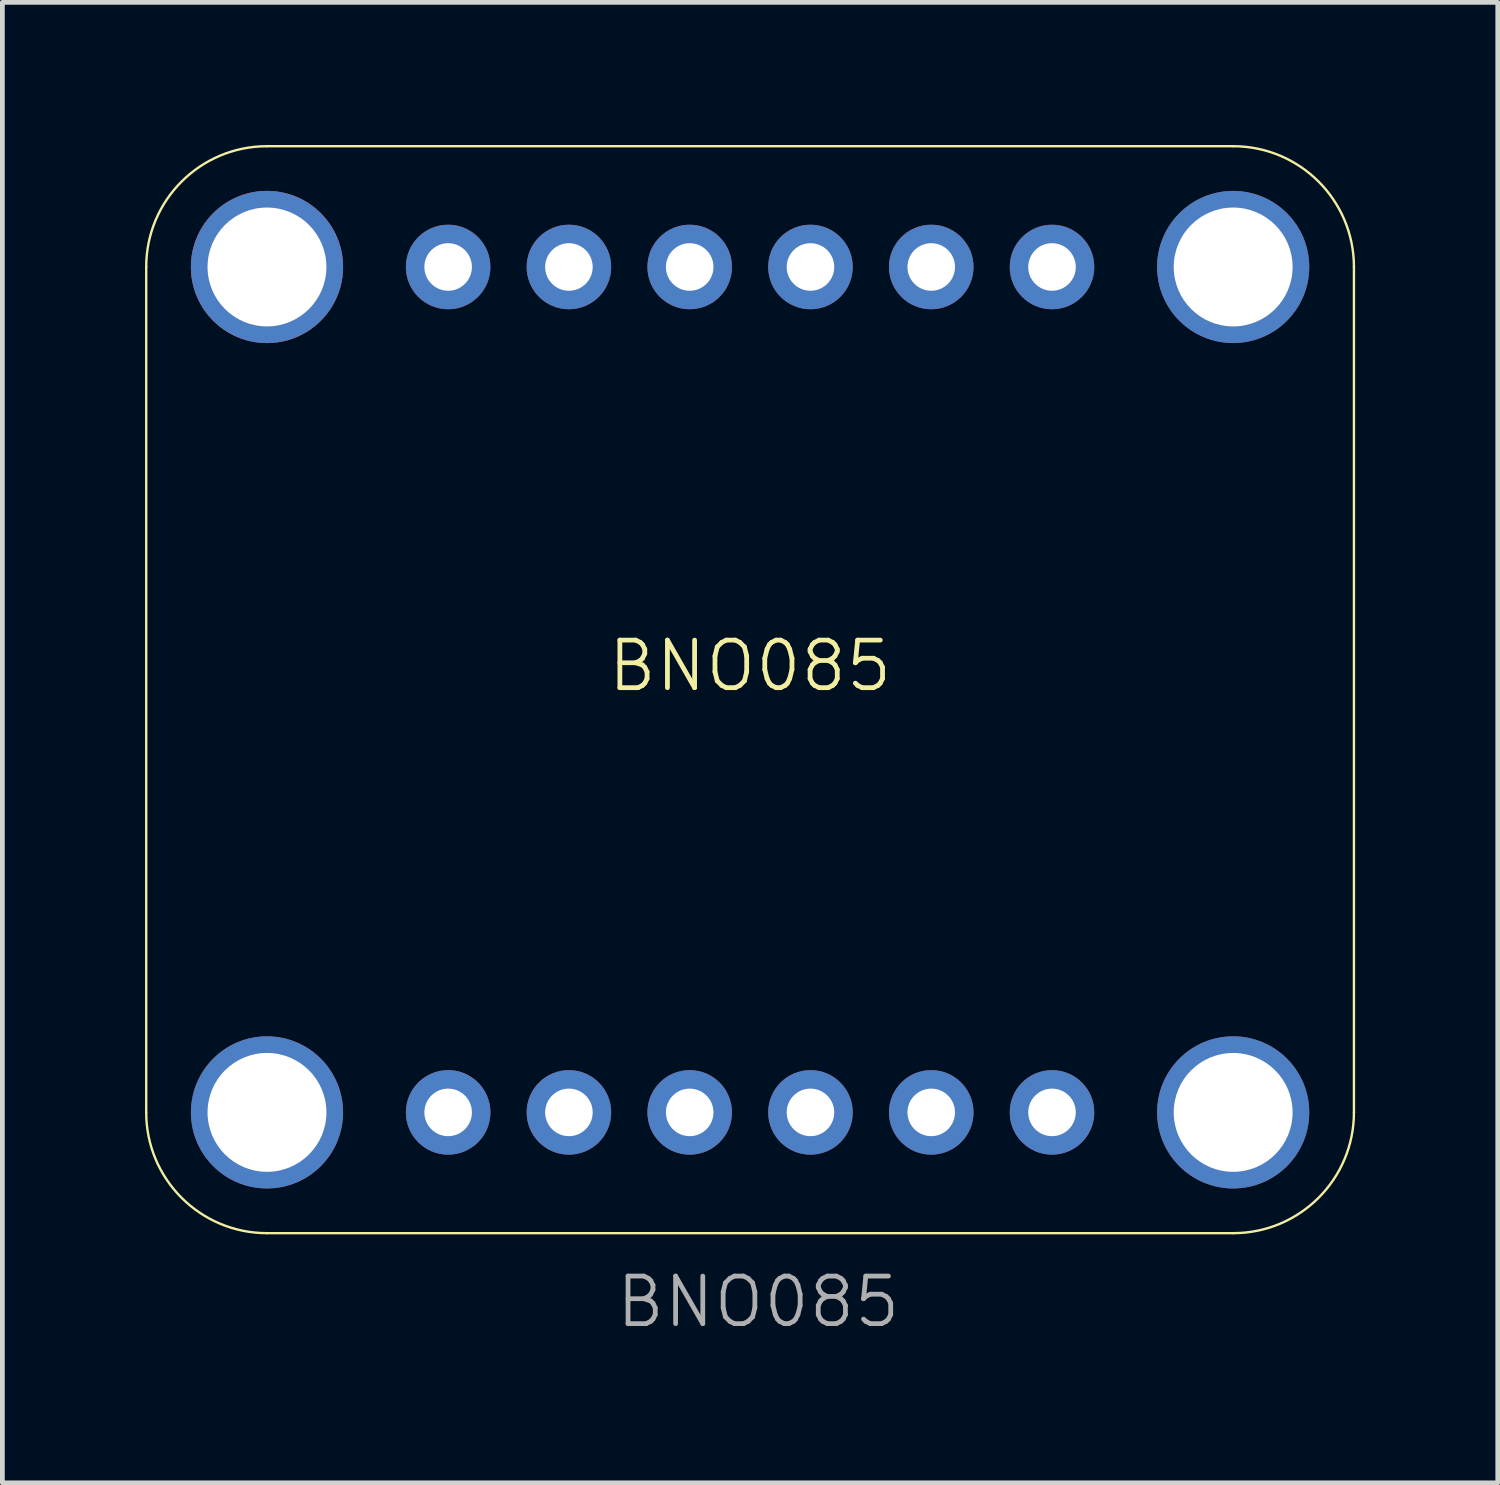
<source format=kicad_pcb>
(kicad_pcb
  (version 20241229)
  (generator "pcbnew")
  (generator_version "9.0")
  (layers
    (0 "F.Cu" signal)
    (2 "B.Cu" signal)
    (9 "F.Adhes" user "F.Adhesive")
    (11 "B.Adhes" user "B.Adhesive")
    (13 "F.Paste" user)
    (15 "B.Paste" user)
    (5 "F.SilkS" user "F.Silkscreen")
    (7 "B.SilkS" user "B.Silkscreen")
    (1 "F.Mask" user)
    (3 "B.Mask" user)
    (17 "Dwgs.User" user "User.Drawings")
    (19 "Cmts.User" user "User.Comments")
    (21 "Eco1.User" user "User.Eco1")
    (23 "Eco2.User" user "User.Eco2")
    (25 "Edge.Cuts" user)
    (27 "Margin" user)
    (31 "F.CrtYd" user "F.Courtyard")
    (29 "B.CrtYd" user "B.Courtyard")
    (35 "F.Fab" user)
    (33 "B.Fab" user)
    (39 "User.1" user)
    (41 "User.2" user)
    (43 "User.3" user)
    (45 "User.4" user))
  (footprint "BNO085"
    (layer "F.Cu")
    (at 12.725 11.455)
    (property "Reference" "BNO085" (at 0 -0.5 0) (unlocked yes) (layer "F.SilkS") (effects (font (size 1 1) (thickness 0.1))))
    (attr smd)
    (fp_line (start -12.7 -8.89) (end -12.7 8.89) (stroke (width 0.05) (type solid)) (layer "F.SilkS"))
    (fp_line (start -10.16 11.43) (end 10.16 11.43) (stroke (width 0.05) (type solid)) (layer "F.SilkS"))
    (fp_line (start 10.16 -11.43) (end -10.16 -11.43) (stroke (width 0.05) (type solid)) (layer "F.SilkS"))
    (fp_line (start 12.7 8.89) (end 12.7 -8.89) (stroke (width 0.05) (type solid)) (layer "F.SilkS"))
    (fp_arc (start -12.7 -8.89) (mid -11.956051 -10.686051) (end -10.16 -11.43) (stroke (width 0.05) (type solid)) (layer "F.SilkS"))
    (fp_arc (start -10.16 11.43) (mid -11.956051 10.686051) (end -12.7 8.89) (stroke (width 0.05) (type solid)) (layer "F.SilkS"))
    (fp_arc (start 10.16 -11.43) (mid 11.956051 -10.686051) (end 12.7 -8.89) (stroke (width 0.05) (type solid)) (layer "F.SilkS"))
    (fp_arc (start 12.7 8.89) (mid 11.956051 10.686051) (end 10.16 11.43) (stroke (width 0.05) (type solid)) (layer "F.SilkS"))
    (fp_text user "BNO085" (at -2.87 13.46 0) (unlocked yes) (layer "F.Fab") (effects (font (size 1 1) (thickness 0.1)) (justify left bottom)))
    (pad "" smd circle (at -10.16 -8.89) (size 3.2 3.2) (layers "F.Cu" "F.Mask" "F.Paste"))
    (pad "0" thru_hole circle (at -6.35 8.89 90) (size 1.778 1.778) (drill 1) (layers "*.Cu" "*.Mask"))
    (pad "1" thru_hole circle (at -3.81 8.89 90) (size 1.778 1.778) (drill 1) (layers "*.Cu" "*.Mask"))
    (pad "2" thru_hole circle (at -1.27 8.89 90) (size 1.778 1.778) (drill 1) (layers "*.Cu" "*.Mask"))
    (pad "3" thru_hole circle (at 1.27 8.89 90) (size 1.778 1.778) (drill 1) (layers "*.Cu" "*.Mask"))
    (pad "4" thru_hole circle (at 3.81 8.89 90) (size 1.778 1.778) (drill 1) (layers "*.Cu" "*.Mask"))
    (pad "5" thru_hole circle (at 6.35 8.89 90) (size 1.778 1.778) (drill 1) (layers "*.Cu" "*.Mask"))
    (pad "6" thru_hole circle (at 6.35 -8.89 90) (size 1.778 1.778) (drill 1) (layers "*.Cu" "*.Mask"))
    (pad "7" thru_hole circle (at 3.81 -8.89 90) (size 1.778 1.778) (drill 1) (layers "*.Cu" "*.Mask"))
    (pad "8" thru_hole circle (at 1.27 -8.89 90) (size 1.778 1.778) (drill 1) (layers "*.Cu" "*.Mask"))
    (pad "9" thru_hole circle (at -1.27 -8.89 90) (size 1.778 1.778) (drill 1) (layers "*.Cu" "*.Mask"))
    (pad "10" thru_hole circle (at -3.81 -8.89 90) (size 1.778 1.778) (drill 1) (layers "*.Cu" "*.Mask"))
    (pad "11" thru_hole circle (at -6.35 -8.89 90) (size 1.778 1.778) (drill 1) (layers "*.Cu" "*.Mask"))
    (pad "P$1" thru_hole circle (at -10.16 -8.89) (size 3.2 3.2) (drill 2.5) (layers "*.Cu" "*.Mask"))
    (pad "P$1" thru_hole circle (at -10.16 8.89) (size 3.2 3.2) (drill 2.5) (layers "*.Cu" "*.Mask"))
    (pad "P$1" thru_hole circle (at 10.16 -8.89) (size 3.2 3.2) (drill 2.5) (layers "*.Cu" "*.Mask"))
    (pad "P$1" thru_hole circle (at 10.16 8.89) (size 3.2 3.2) (drill 2.5) (layers "*.Cu" "*.Mask")))
  (gr_rect
    (start -3 -3)
    (end 28.45 28.136)
    (stroke (width 0.1) (type default))
    (fill no)
    (layer "Edge.Cuts")))
</source>
